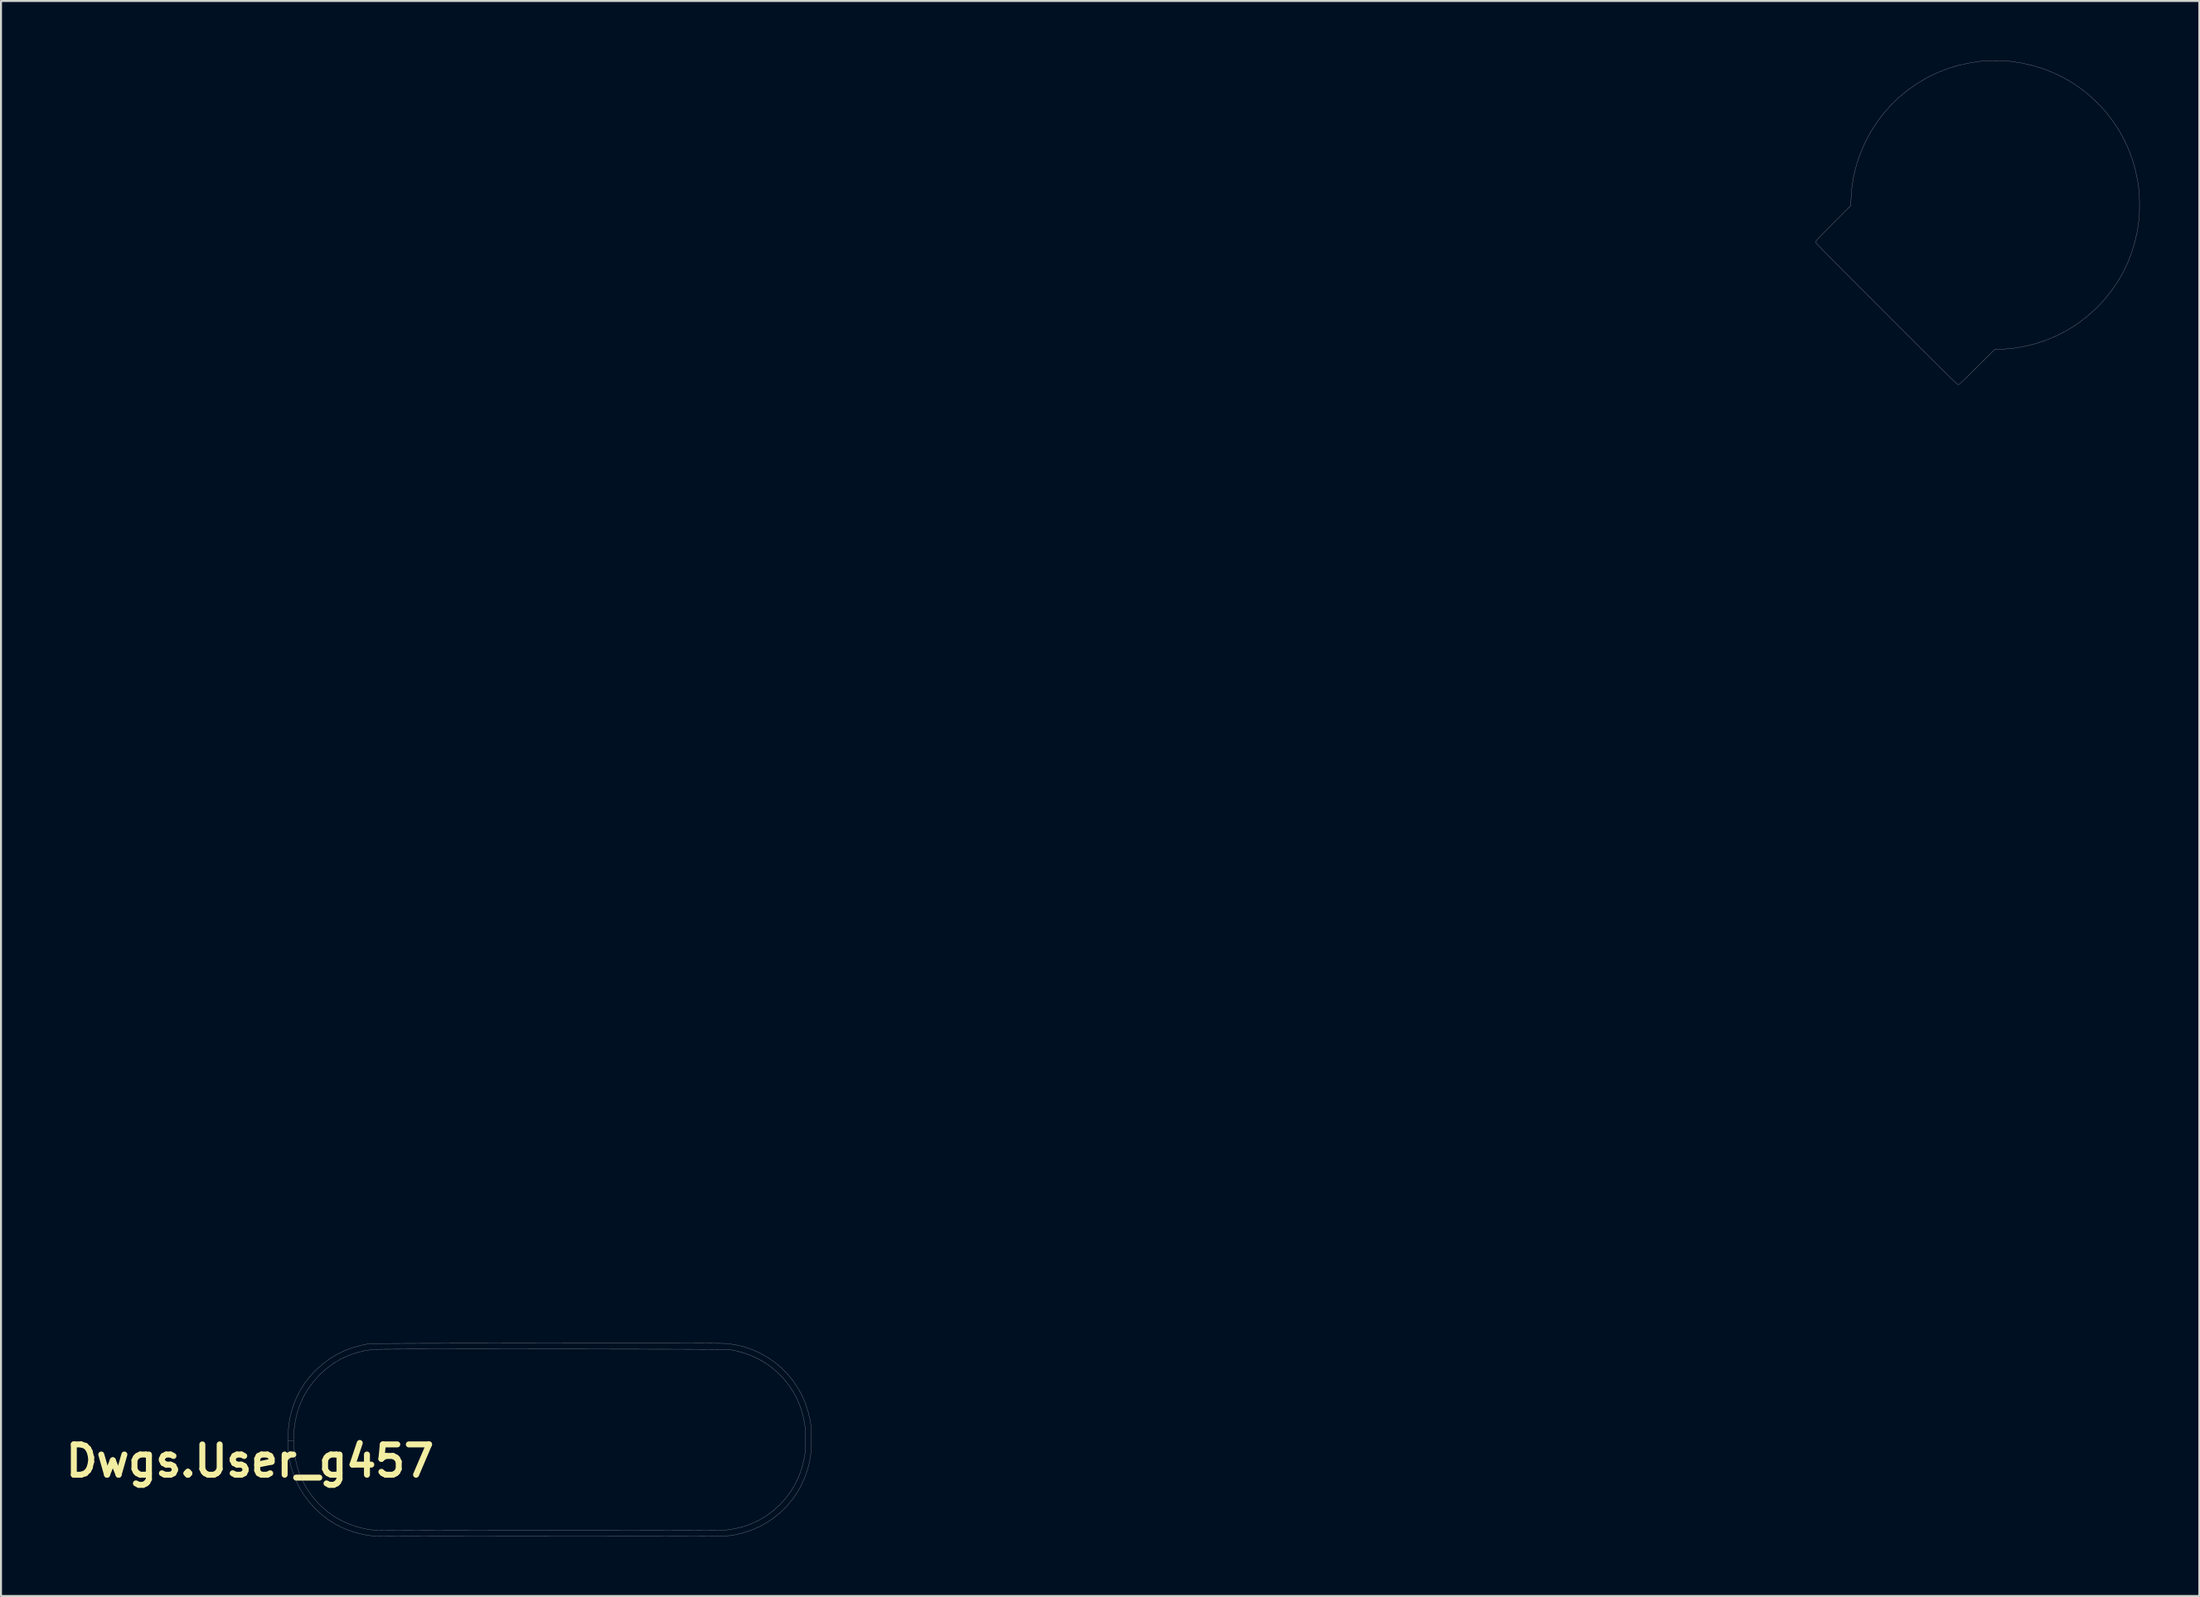
<source format=kicad_pcb>
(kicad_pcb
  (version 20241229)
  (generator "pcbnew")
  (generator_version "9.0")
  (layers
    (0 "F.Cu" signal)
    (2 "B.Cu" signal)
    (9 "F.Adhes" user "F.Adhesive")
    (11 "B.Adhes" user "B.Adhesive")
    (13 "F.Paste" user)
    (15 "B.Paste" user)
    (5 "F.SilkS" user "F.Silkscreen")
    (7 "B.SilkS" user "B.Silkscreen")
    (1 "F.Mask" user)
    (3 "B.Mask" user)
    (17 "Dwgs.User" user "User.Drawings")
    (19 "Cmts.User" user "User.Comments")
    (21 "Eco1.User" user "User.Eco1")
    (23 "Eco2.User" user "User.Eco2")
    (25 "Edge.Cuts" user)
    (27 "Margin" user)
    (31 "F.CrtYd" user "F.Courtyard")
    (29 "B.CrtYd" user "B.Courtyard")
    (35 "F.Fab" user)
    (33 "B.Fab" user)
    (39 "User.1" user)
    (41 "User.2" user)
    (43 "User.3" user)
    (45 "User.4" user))
  (footprint "Dwgs.User_g457"
    (layer "F.Cu")
    (at 9.514 70.393)
    (property "Reference" "Dwgs.User_g457" (at 0 0 0) (layer "F.SilkS") (effects (font (size 1.524 1.524) (thickness 0.3))))
    (attr through_hole)
    (fp_poly (pts (xy 87.982 -70.385) (xy 88.16 -70.381) (xy 88.317 -70.374) (xy 88.443 -70.364) (xy 88.466 -70.361) (xy 89.035 -70.275) (xy 89.586 -70.15) (xy 90.118 -69.988) (xy 90.63 -69.788) (xy 91.124 -69.55) (xy 91.598 -69.275) (xy 92.052 -68.962) (xy 92.35 -68.727) (xy 92.467 -68.626) (xy 92.603 -68.5) (xy 92.75 -68.359) (xy 92.899 -68.211) (xy 93.042 -68.063) (xy 93.17 -67.926) (xy 93.276 -67.805) (xy 93.289 -67.79) (xy 93.63 -67.347) (xy 93.932 -66.887) (xy 94.197 -66.409) (xy 94.423 -65.913) (xy 94.612 -65.399) (xy 94.763 -64.865) (xy 94.876 -64.311) (xy 94.936 -63.892) (xy 94.946 -63.774) (xy 94.954 -63.622) (xy 94.959 -63.447) (xy 94.962 -63.257) (xy 94.962 -63.061) (xy 94.96 -62.868) (xy 94.955 -62.687) (xy 94.947 -62.528) (xy 94.938 -62.399) (xy 94.935 -62.378) (xy 94.851 -61.818) (xy 94.728 -61.274) (xy 94.567 -60.746) (xy 94.369 -60.236) (xy 94.134 -59.745) (xy 93.863 -59.275) (xy 93.557 -58.828) (xy 93.217 -58.403) (xy 92.844 -58.003) (xy 92.439 -57.629) (xy 92.001 -57.283) (xy 91.688 -57.064) (xy 91.228 -56.786) (xy 90.746 -56.542) (xy 90.247 -56.336) (xy 89.732 -56.166) (xy 89.205 -56.035) (xy 88.67 -55.944) (xy 88.129 -55.893) (xy 88.011 -55.888) (xy 87.683 -55.875) (xy 86.793 -54.989) (xy 86.598 -54.794) (xy 86.43 -54.628) (xy 86.288 -54.489) (xy 86.17 -54.374) (xy 86.073 -54.282) (xy 85.997 -54.211) (xy 85.938 -54.16) (xy 85.895 -54.126) (xy 85.867 -54.107) (xy 85.851 -54.102) (xy 85.84 -54.108) (xy 85.817 -54.125) (xy 85.782 -54.155) (xy 85.734 -54.198) (xy 85.672 -54.256) (xy 85.594 -54.33) (xy 85.501 -54.42) (xy 85.39 -54.527) (xy 85.261 -54.653) (xy 85.114 -54.798) (xy 84.946 -54.964) (xy 84.758 -55.15) (xy 84.548 -55.359) (xy 84.315 -55.59) (xy 84.058 -55.846) (xy 83.776 -56.126) (xy 83.469 -56.433) (xy 83.135 -56.766) (xy 82.774 -57.127) (xy 82.384 -57.517) (xy 82.238 -57.663) (xy 81.837 -58.064) (xy 81.465 -58.436) (xy 81.122 -58.78) (xy 80.805 -59.097) (xy 80.515 -59.388) (xy 80.25 -59.654) (xy 80.01 -59.896) (xy 79.793 -60.115) (xy 79.599 -60.311) (xy 79.426 -60.486) (xy 79.274 -60.641) (xy 79.141 -60.776) (xy 79.027 -60.893) (xy 78.931 -60.992) (xy 78.852 -61.075) (xy 78.789 -61.142) (xy 78.741 -61.195) (xy 78.707 -61.234) (xy 78.686 -61.26) (xy 78.677 -61.275) (xy 78.677 -61.277) (xy 78.683 -61.295) (xy 78.704 -61.325) (xy 78.74 -61.37) (xy 78.794 -61.432) (xy 78.868 -61.511) (xy 78.964 -61.611) (xy 79.082 -61.733) (xy 79.226 -61.879) (xy 79.396 -62.051) (xy 79.563 -62.219) (xy 80.45 -63.108) (xy 80.462 -63.437) (xy 80.503 -63.976) (xy 80.581 -64.502) (xy 80.7 -65.018) (xy 80.858 -65.526) (xy 81.058 -66.03) (xy 81.205 -66.347) (xy 81.468 -66.836) (xy 81.766 -67.3) (xy 82.095 -67.737) (xy 82.456 -68.147) (xy 82.847 -68.528) (xy 83.266 -68.878) (xy 83.714 -69.198) (xy 84.188 -69.484) (xy 84.381 -69.588) (xy 84.857 -69.813) (xy 85.344 -70.001) (xy 85.847 -70.153) (xy 86.369 -70.271) (xy 86.914 -70.356) (xy 86.963 -70.361) (xy 87.081 -70.372) (xy 87.231 -70.379) (xy 87.406 -70.385) (xy 87.595 -70.387) (xy 87.79 -70.388) (xy 87.982 -70.385)) (stroke (width 0.01) (type solid)) (fill no) (layer "Dwgs.User"))
    (fp_poly (pts (xy 19.69 -5.923) (xy 20.216 -5.923) (xy 20.704 -5.923) (xy 21.156 -5.923) (xy 21.572 -5.922) (xy 21.952 -5.921) (xy 22.298 -5.921) (xy 22.609 -5.92) (xy 22.886 -5.919) (xy 23.131 -5.917) (xy 23.344 -5.916) (xy 23.524 -5.915) (xy 23.674 -5.913) (xy 23.793 -5.911) (xy 23.882 -5.909) (xy 23.943 -5.908) (xy 23.971 -5.906) (xy 24.41 -5.841) (xy 24.836 -5.738) (xy 25.247 -5.597) (xy 25.642 -5.419) (xy 26.018 -5.207) (xy 26.372 -4.963) (xy 26.702 -4.686) (xy 27.007 -4.381) (xy 27.283 -4.047) (xy 27.528 -3.686) (xy 27.719 -3.343) (xy 27.894 -2.948) (xy 28.036 -2.531) (xy 28.144 -2.09) (xy 28.163 -1.99) (xy 28.177 -1.89) (xy 28.188 -1.756) (xy 28.198 -1.596) (xy 28.206 -1.418) (xy 28.211 -1.23) (xy 28.213 -1.039) (xy 28.213 -0.855) (xy 28.21 -0.684) (xy 28.204 -0.536) (xy 28.194 -0.417) (xy 28.194 -0.416) (xy 28.125 0.023) (xy 28.018 0.447) (xy 27.873 0.855) (xy 27.694 1.245) (xy 27.481 1.615) (xy 27.236 1.963) (xy 26.962 2.287) (xy 26.659 2.585) (xy 26.33 2.855) (xy 25.976 3.094) (xy 25.599 3.301) (xy 25.201 3.474) (xy 24.783 3.611) (xy 24.714 3.63) (xy 24.585 3.662) (xy 24.445 3.694) (xy 24.312 3.722) (xy 24.215 3.74) (xy 24.195 3.743) (xy 24.172 3.746) (xy 24.146 3.749) (xy 24.114 3.751) (xy 24.077 3.754) (xy 24.031 3.756) (xy 23.977 3.758) (xy 23.913 3.76) (xy 23.837 3.762) (xy 23.749 3.764) (xy 23.648 3.765) (xy 23.531 3.767) (xy 23.399 3.768) (xy 23.249 3.77) (xy 23.08 3.771) (xy 22.892 3.772) (xy 22.683 3.773) (xy 22.451 3.774) (xy 22.196 3.774) (xy 21.916 3.775) (xy 21.611 3.776) (xy 21.278 3.776) (xy 20.917 3.777) (xy 20.526 3.778) (xy 20.105 3.778) (xy 19.651 3.778) (xy 19.164 3.779) (xy 18.643 3.779) (xy 18.086 3.779) (xy 17.493 3.78) (xy 16.861 3.78) (xy 16.189 3.78) (xy 15.477 3.78) (xy 15.155 3.78) (xy 14.54 3.781) (xy 13.935 3.781) (xy 13.343 3.781) (xy 12.763 3.781) (xy 12.198 3.78) (xy 11.65 3.78) (xy 11.118 3.78) (xy 10.606 3.779) (xy 10.114 3.779) (xy 9.644 3.778) (xy 9.198 3.778) (xy 8.775 3.777) (xy 8.379 3.776) (xy 8.01 3.775) (xy 7.67 3.775) (xy 7.36 3.774) (xy 7.082 3.773) (xy 6.836 3.772) (xy 6.625 3.771) (xy 6.45 3.769) (xy 6.313 3.768) (xy 6.213 3.767) (xy 6.154 3.766) (xy 6.138 3.765) (xy 5.821 3.719) (xy 5.489 3.647) (xy 5.158 3.553) (xy 4.842 3.44) (xy 4.607 3.338) (xy 4.272 3.164) (xy 3.965 2.972) (xy 3.677 2.757) (xy 3.397 2.509) (xy 3.289 2.404) (xy 2.988 2.076) (xy 2.726 1.732) (xy 2.5 1.37) (xy 2.31 0.986) (xy 2.153 0.579) (xy 2.147 0.559) (xy 2.056 0.251) (xy 1.988 -0.056) (xy 1.941 -0.371) (xy 1.914 -0.704) (xy 1.905 -1.066) (xy 1.905 -1.069) (xy 1.91 -1.222) (xy 2.204 -1.222) (xy 2.204 -1.006) (xy 2.21 -0.787) (xy 2.222 -0.576) (xy 2.239 -0.384) (xy 2.26 -0.222) (xy 2.263 -0.201) (xy 2.353 0.21) (xy 2.475 0.598) (xy 2.631 0.97) (xy 2.825 1.333) (xy 2.879 1.42) (xy 3.084 1.718) (xy 3.325 2.008) (xy 3.591 2.282) (xy 3.877 2.532) (xy 4.173 2.75) (xy 4.273 2.815) (xy 4.612 3.004) (xy 4.975 3.166) (xy 5.352 3.299) (xy 5.735 3.399) (xy 6.113 3.463) (xy 6.17 3.469) (xy 6.207 3.471) (xy 6.284 3.472) (xy 6.4 3.474) (xy 6.553 3.475) (xy 6.742 3.477) (xy 6.965 3.478) (xy 7.219 3.479) (xy 7.504 3.48) (xy 7.817 3.481) (xy 8.157 3.482) (xy 8.522 3.483) (xy 8.91 3.484) (xy 9.32 3.485) (xy 9.75 3.486) (xy 10.198 3.487) (xy 10.663 3.487) (xy 11.142 3.488) (xy 11.634 3.488) (xy 12.138 3.489) (xy 12.651 3.489) (xy 13.172 3.489) (xy 13.699 3.49) (xy 14.23 3.49) (xy 14.764 3.49) (xy 15.299 3.49) (xy 15.833 3.49) (xy 16.364 3.49) (xy 16.891 3.49) (xy 17.413 3.49) (xy 17.926 3.489) (xy 18.43 3.489) (xy 18.923 3.488) (xy 19.403 3.488) (xy 19.869 3.487) (xy 20.318 3.487) (xy 20.749 3.486) (xy 21.16 3.485) (xy 21.549 3.484) (xy 21.916 3.484) (xy 22.257 3.483) (xy 22.572 3.481) (xy 22.858 3.48) (xy 23.114 3.479) (xy 23.338 3.478) (xy 23.529 3.477) (xy 23.684 3.475) (xy 23.802 3.474) (xy 23.882 3.472) (xy 23.921 3.471) (xy 23.921 3.471) (xy 24.356 3.407) (xy 24.776 3.303) (xy 25.18 3.162) (xy 25.566 2.982) (xy 25.932 2.766) (xy 26.277 2.513) (xy 26.6 2.225) (xy 26.641 2.185) (xy 26.932 1.863) (xy 27.187 1.519) (xy 27.405 1.153) (xy 27.587 0.767) (xy 27.732 0.361) (xy 27.839 -0.063) (xy 27.888 -0.348) (xy 27.902 -0.485) (xy 27.912 -0.655) (xy 27.918 -0.847) (xy 27.92 -1.051) (xy 27.917 -1.258) (xy 27.911 -1.458) (xy 27.9 -1.641) (xy 27.885 -1.797) (xy 27.878 -1.852) (xy 27.793 -2.282) (xy 27.67 -2.694) (xy 27.509 -3.089) (xy 27.312 -3.464) (xy 27.079 -3.817) (xy 26.812 -4.147) (xy 26.511 -4.452) (xy 26.179 -4.731) (xy 25.952 -4.893) (xy 25.596 -5.107) (xy 25.218 -5.287) (xy 24.816 -5.433) (xy 24.39 -5.546) (xy 24.215 -5.582) (xy 24.196 -5.585) (xy 24.175 -5.588) (xy 24.15 -5.591) (xy 24.119 -5.593) (xy 24.082 -5.596) (xy 24.037 -5.598) (xy 23.983 -5.6) (xy 23.919 -5.602) (xy 23.843 -5.604) (xy 23.754 -5.606) (xy 23.652 -5.607) (xy 23.534 -5.609) (xy 23.4 -5.61) (xy 23.248 -5.612) (xy 23.078 -5.613) (xy 22.887 -5.614) (xy 22.676 -5.615) (xy 22.441 -5.616) (xy 22.183 -5.617) (xy 21.9 -5.618) (xy 21.591 -5.619) (xy 21.255 -5.619) (xy 20.89 -5.62) (xy 20.495 -5.621) (xy 20.069 -5.621) (xy 19.611 -5.622) (xy 19.12 -5.623) (xy 18.593 -5.623) (xy 18.031 -5.624) (xy 17.432 -5.624) (xy 16.794 -5.625) (xy 16.116 -5.625) (xy 15.398 -5.626) (xy 15.219 -5.626) (xy 14.422 -5.626) (xy 13.667 -5.627) (xy 12.952 -5.627) (xy 12.278 -5.628) (xy 11.644 -5.628) (xy 11.048 -5.628) (xy 10.49 -5.628) (xy 9.97 -5.627) (xy 9.487 -5.627) (xy 9.04 -5.627) (xy 8.628 -5.626) (xy 8.251 -5.625) (xy 7.908 -5.625) (xy 7.599 -5.624) (xy 7.322 -5.623) (xy 7.076 -5.621) (xy 6.863 -5.62) (xy 6.679 -5.619) (xy 6.526 -5.617) (xy 6.402 -5.615) (xy 6.306 -5.614) (xy 6.238 -5.612) (xy 6.197 -5.61) (xy 6.191 -5.609) (xy 5.757 -5.545) (xy 5.339 -5.441) (xy 4.937 -5.299) (xy 4.553 -5.119) (xy 4.188 -4.901) (xy 3.843 -4.645) (xy 3.519 -4.353) (xy 3.45 -4.283) (xy 3.161 -3.956) (xy 2.909 -3.609) (xy 2.695 -3.243) (xy 2.519 -2.858) (xy 2.381 -2.455) (xy 2.282 -2.034) (xy 2.221 -1.601) (xy 2.209 -1.424) (xy 2.204 -1.222) (xy 1.91 -1.222) (xy 1.919 -1.503) (xy 1.961 -1.911) (xy 2.033 -2.299) (xy 2.136 -2.671) (xy 2.272 -3.034) (xy 2.391 -3.296) (xy 2.565 -3.621) (xy 2.754 -3.918) (xy 2.967 -4.196) (xy 3.21 -4.467) (xy 3.337 -4.594) (xy 3.666 -4.888) (xy 4.011 -5.144) (xy 4.376 -5.365) (xy 4.761 -5.55) (xy 5.17 -5.702) (xy 5.604 -5.82) (xy 5.885 -5.878) (xy 5.904 -5.881) (xy 5.926 -5.884) (xy 5.954 -5.886) (xy 5.988 -5.889) (xy 6.029 -5.891) (xy 6.079 -5.893) (xy 6.139 -5.895) (xy 6.21 -5.897) (xy 6.293 -5.899) (xy 6.39 -5.901) (xy 6.502 -5.902) (xy 6.63 -5.904) (xy 6.775 -5.905) (xy 6.939 -5.907) (xy 7.122 -5.908) (xy 7.326 -5.909) (xy 7.552 -5.91) (xy 7.802 -5.911) (xy 8.076 -5.912) (xy 8.375 -5.913) (xy 8.702 -5.914) (xy 9.057 -5.914) (xy 9.441 -5.915) (xy 9.856 -5.916) (xy 10.302 -5.917) (xy 10.782 -5.917) (xy 11.295 -5.918) (xy 11.845 -5.918) (xy 12.431 -5.919) (xy 13.054 -5.92) (xy 13.717 -5.92) (xy 14.421 -5.921) (xy 14.912 -5.921) (xy 15.717 -5.922) (xy 16.479 -5.922) (xy 17.201 -5.923) (xy 17.883 -5.923) (xy 18.524 -5.923) (xy 19.126 -5.923) (xy 19.69 -5.923)) (stroke (width 0.01) (type solid)) (fill no) (layer "Dwgs.User")))
  (gr_rect
    (start -3 -3)
    (end 107.481 77.178)
    (stroke (width 0.1) (type default))
    (fill no)
    (layer "Edge.Cuts")))
</source>
